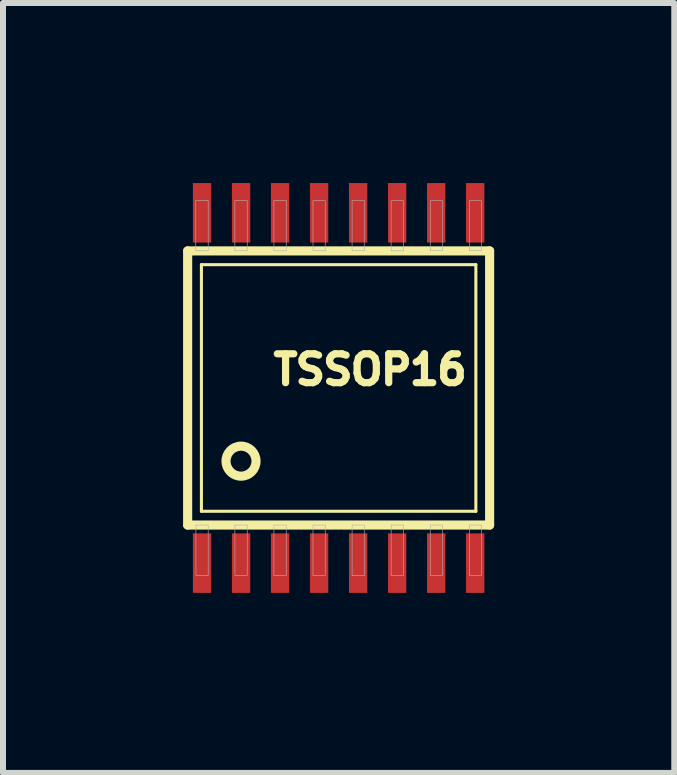
<source format=kicad_pcb>
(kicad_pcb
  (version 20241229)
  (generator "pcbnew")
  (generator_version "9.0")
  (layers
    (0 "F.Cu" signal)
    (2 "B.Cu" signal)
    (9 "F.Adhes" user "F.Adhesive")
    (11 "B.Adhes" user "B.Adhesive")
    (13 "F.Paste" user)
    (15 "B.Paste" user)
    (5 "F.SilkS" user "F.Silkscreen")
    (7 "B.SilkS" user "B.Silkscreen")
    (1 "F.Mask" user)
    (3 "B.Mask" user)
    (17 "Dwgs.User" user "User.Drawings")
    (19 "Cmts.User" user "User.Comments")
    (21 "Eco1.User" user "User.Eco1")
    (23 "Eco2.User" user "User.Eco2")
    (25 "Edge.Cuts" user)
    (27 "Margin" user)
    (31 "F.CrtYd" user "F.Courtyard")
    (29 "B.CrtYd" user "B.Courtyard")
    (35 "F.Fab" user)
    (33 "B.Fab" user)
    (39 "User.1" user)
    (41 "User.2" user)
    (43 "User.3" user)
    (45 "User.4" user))
  (footprint "TSSOP16"
    (layer "F.Cu")
    (at 2.591 3.413)
    (property "Reference" "TSSOP16" (at 0.525 -0.305 0) (layer "F.SilkS") (effects (font (size 0.481 0.481) (thickness 0.15))))
    (attr smd)
    (fp_line (start -2.515 2.283) (end -2.515 -2.283) (stroke (width 0.152) (type solid)) (layer "F.SilkS"))
    (fp_line (start -2.515 2.283) (end 2.515 2.283) (stroke (width 0.152) (type solid)) (layer "F.SilkS"))
    (fp_line (start -2.286 2.054) (end -2.286 -2.054) (stroke (width 0.051) (type solid)) (layer "F.SilkS"))
    (fp_line (start -2.286 2.054) (end 2.286 2.054) (stroke (width 0.051) (type solid)) (layer "F.SilkS"))
    (fp_line (start 2.286 -2.054) (end -2.286 -2.054) (stroke (width 0.051) (type solid)) (layer "F.SilkS"))
    (fp_line (start 2.286 -2.054) (end 2.286 2.054) (stroke (width 0.051) (type solid)) (layer "F.SilkS"))
    (fp_line (start 2.515 -2.283) (end -2.515 -2.283) (stroke (width 0.152) (type solid)) (layer "F.SilkS"))
    (fp_line (start 2.515 -2.283) (end 2.515 2.283) (stroke (width 0.152) (type solid)) (layer "F.SilkS"))
    (fp_circle (center -1.626 1.219) (end -1.376 1.219) (stroke (width 0.152) (type solid)) (fill no) (layer "F.SilkS"))
    (fp_poly (pts (xy -2.38 -3.121) (xy -2.173 -3.121) (xy -2.173 -2.286) (xy -2.38 -2.286)) (stroke (width 0.01) (type solid)) (fill no) (layer "F.Fab"))
    (fp_poly (pts (xy -2.377 2.283) (xy -2.173 2.283) (xy -2.173 3.122) (xy -2.377 3.122)) (stroke (width 0.01) (type solid)) (fill no) (layer "F.Fab"))
    (fp_poly (pts (xy -1.729 -3.121) (xy -1.523 -3.121) (xy -1.523 -2.286) (xy -1.729 -2.286)) (stroke (width 0.01) (type solid)) (fill no) (layer "F.Fab"))
    (fp_poly (pts (xy -1.728 2.283) (xy -1.523 2.283) (xy -1.523 3.123) (xy -1.728 3.123)) (stroke (width 0.01) (type solid)) (fill no) (layer "F.Fab"))
    (fp_poly (pts (xy -1.078 2.283) (xy -0.873 2.283) (xy -0.873 3.126) (xy -1.078 3.126)) (stroke (width 0.01) (type solid)) (fill no) (layer "F.Fab"))
    (fp_poly (pts (xy -1.078 -3.121) (xy -0.873 -3.121) (xy -0.873 -2.285) (xy -1.078 -2.285)) (stroke (width 0.01) (type solid)) (fill no) (layer "F.Fab"))
    (fp_poly (pts (xy -0.427 -3.121) (xy -0.223 -3.121) (xy -0.223 -2.286) (xy -0.427 -2.286)) (stroke (width 0.01) (type solid)) (fill no) (layer "F.Fab"))
    (fp_poly (pts (xy -0.427 2.283) (xy -0.223 2.283) (xy -0.223 3.123) (xy -0.427 3.123)) (stroke (width 0.01) (type solid)) (fill no) (layer "F.Fab"))
    (fp_poly (pts (xy 0.224 2.283) (xy 0.427 2.283) (xy 0.427 3.127) (xy 0.224 3.127)) (stroke (width 0.01) (type solid)) (fill no) (layer "F.Fab"))
    (fp_poly (pts (xy 0.224 -3.121) (xy 0.427 -3.121) (xy 0.427 -2.287) (xy 0.224 -2.287)) (stroke (width 0.01) (type solid)) (fill no) (layer "F.Fab"))
    (fp_poly (pts (xy 0.874 -3.121) (xy 1.077 -3.121) (xy 1.077 -2.284) (xy 0.874 -2.284)) (stroke (width 0.01) (type solid)) (fill no) (layer "F.Fab"))
    (fp_poly (pts (xy 0.875 2.283) (xy 1.077 2.283) (xy 1.077 3.127) (xy 0.875 3.127)) (stroke (width 0.01) (type solid)) (fill no) (layer "F.Fab"))
    (fp_poly (pts (xy 1.526 2.283) (xy 1.727 2.283) (xy 1.727 3.126) (xy 1.526 3.126)) (stroke (width 0.01) (type solid)) (fill no) (layer "F.Fab"))
    (fp_poly (pts (xy 1.526 -3.121) (xy 1.727 -3.121) (xy 1.727 -2.287) (xy 1.526 -2.287)) (stroke (width 0.01) (type solid)) (fill no) (layer "F.Fab"))
    (fp_poly (pts (xy 2.178 -3.121) (xy 2.377 -3.121) (xy 2.377 -2.287) (xy 2.178 -2.287)) (stroke (width 0.01) (type solid)) (fill no) (layer "F.Fab"))
    (fp_poly (pts (xy 2.178 2.283) (xy 2.377 2.283) (xy 2.377 3.127) (xy 2.178 3.127)) (stroke (width 0.01) (type solid)) (fill no) (layer "F.Fab"))
    (pad "1" smd rect (at -2.275 2.918) (size 0.305 0.991) (layers "F.Cu" "F.Mask" "F.Paste"))
    (pad "2" smd rect (at -1.625 2.918) (size 0.305 0.991) (layers "F.Cu" "F.Mask" "F.Paste"))
    (pad "3" smd rect (at -0.975 2.918) (size 0.305 0.991) (layers "F.Cu" "F.Mask" "F.Paste"))
    (pad "4" smd rect (at -0.325 2.918) (size 0.305 0.991) (layers "F.Cu" "F.Mask" "F.Paste"))
    (pad "5" smd rect (at 0.325 2.918) (size 0.305 0.991) (layers "F.Cu" "F.Mask" "F.Paste"))
    (pad "6" smd rect (at 0.975 2.918) (size 0.305 0.991) (layers "F.Cu" "F.Mask" "F.Paste"))
    (pad "7" smd rect (at 1.625 2.918) (size 0.305 0.991) (layers "F.Cu" "F.Mask" "F.Paste"))
    (pad "8" smd rect (at 2.275 2.918) (size 0.305 0.991) (layers "F.Cu" "F.Mask" "F.Paste"))
    (pad "9" smd rect (at 2.275 -2.918) (size 0.305 0.991) (layers "F.Cu" "F.Mask" "F.Paste"))
    (pad "10" smd rect (at 1.625 -2.918) (size 0.305 0.991) (layers "F.Cu" "F.Mask" "F.Paste"))
    (pad "11" smd rect (at 0.975 -2.918) (size 0.305 0.991) (layers "F.Cu" "F.Mask" "F.Paste"))
    (pad "12" smd rect (at 0.325 -2.918) (size 0.305 0.991) (layers "F.Cu" "F.Mask" "F.Paste"))
    (pad "13" smd rect (at -0.325 -2.918) (size 0.305 0.991) (layers "F.Cu" "F.Mask" "F.Paste"))
    (pad "14" smd rect (at -0.975 -2.918) (size 0.305 0.991) (layers "F.Cu" "F.Mask" "F.Paste"))
    (pad "15" smd rect (at -1.625 -2.918) (size 0.305 0.991) (layers "F.Cu" "F.Mask" "F.Paste"))
    (pad "16" smd rect (at -2.275 -2.918) (size 0.305 0.991) (layers "F.Cu" "F.Mask" "F.Paste")))
  (gr_rect
    (start -3 -3)
    (end 8.182 9.826)
    (stroke (width 0.1) (type default))
    (fill no)
    (layer "Edge.Cuts")))
</source>
